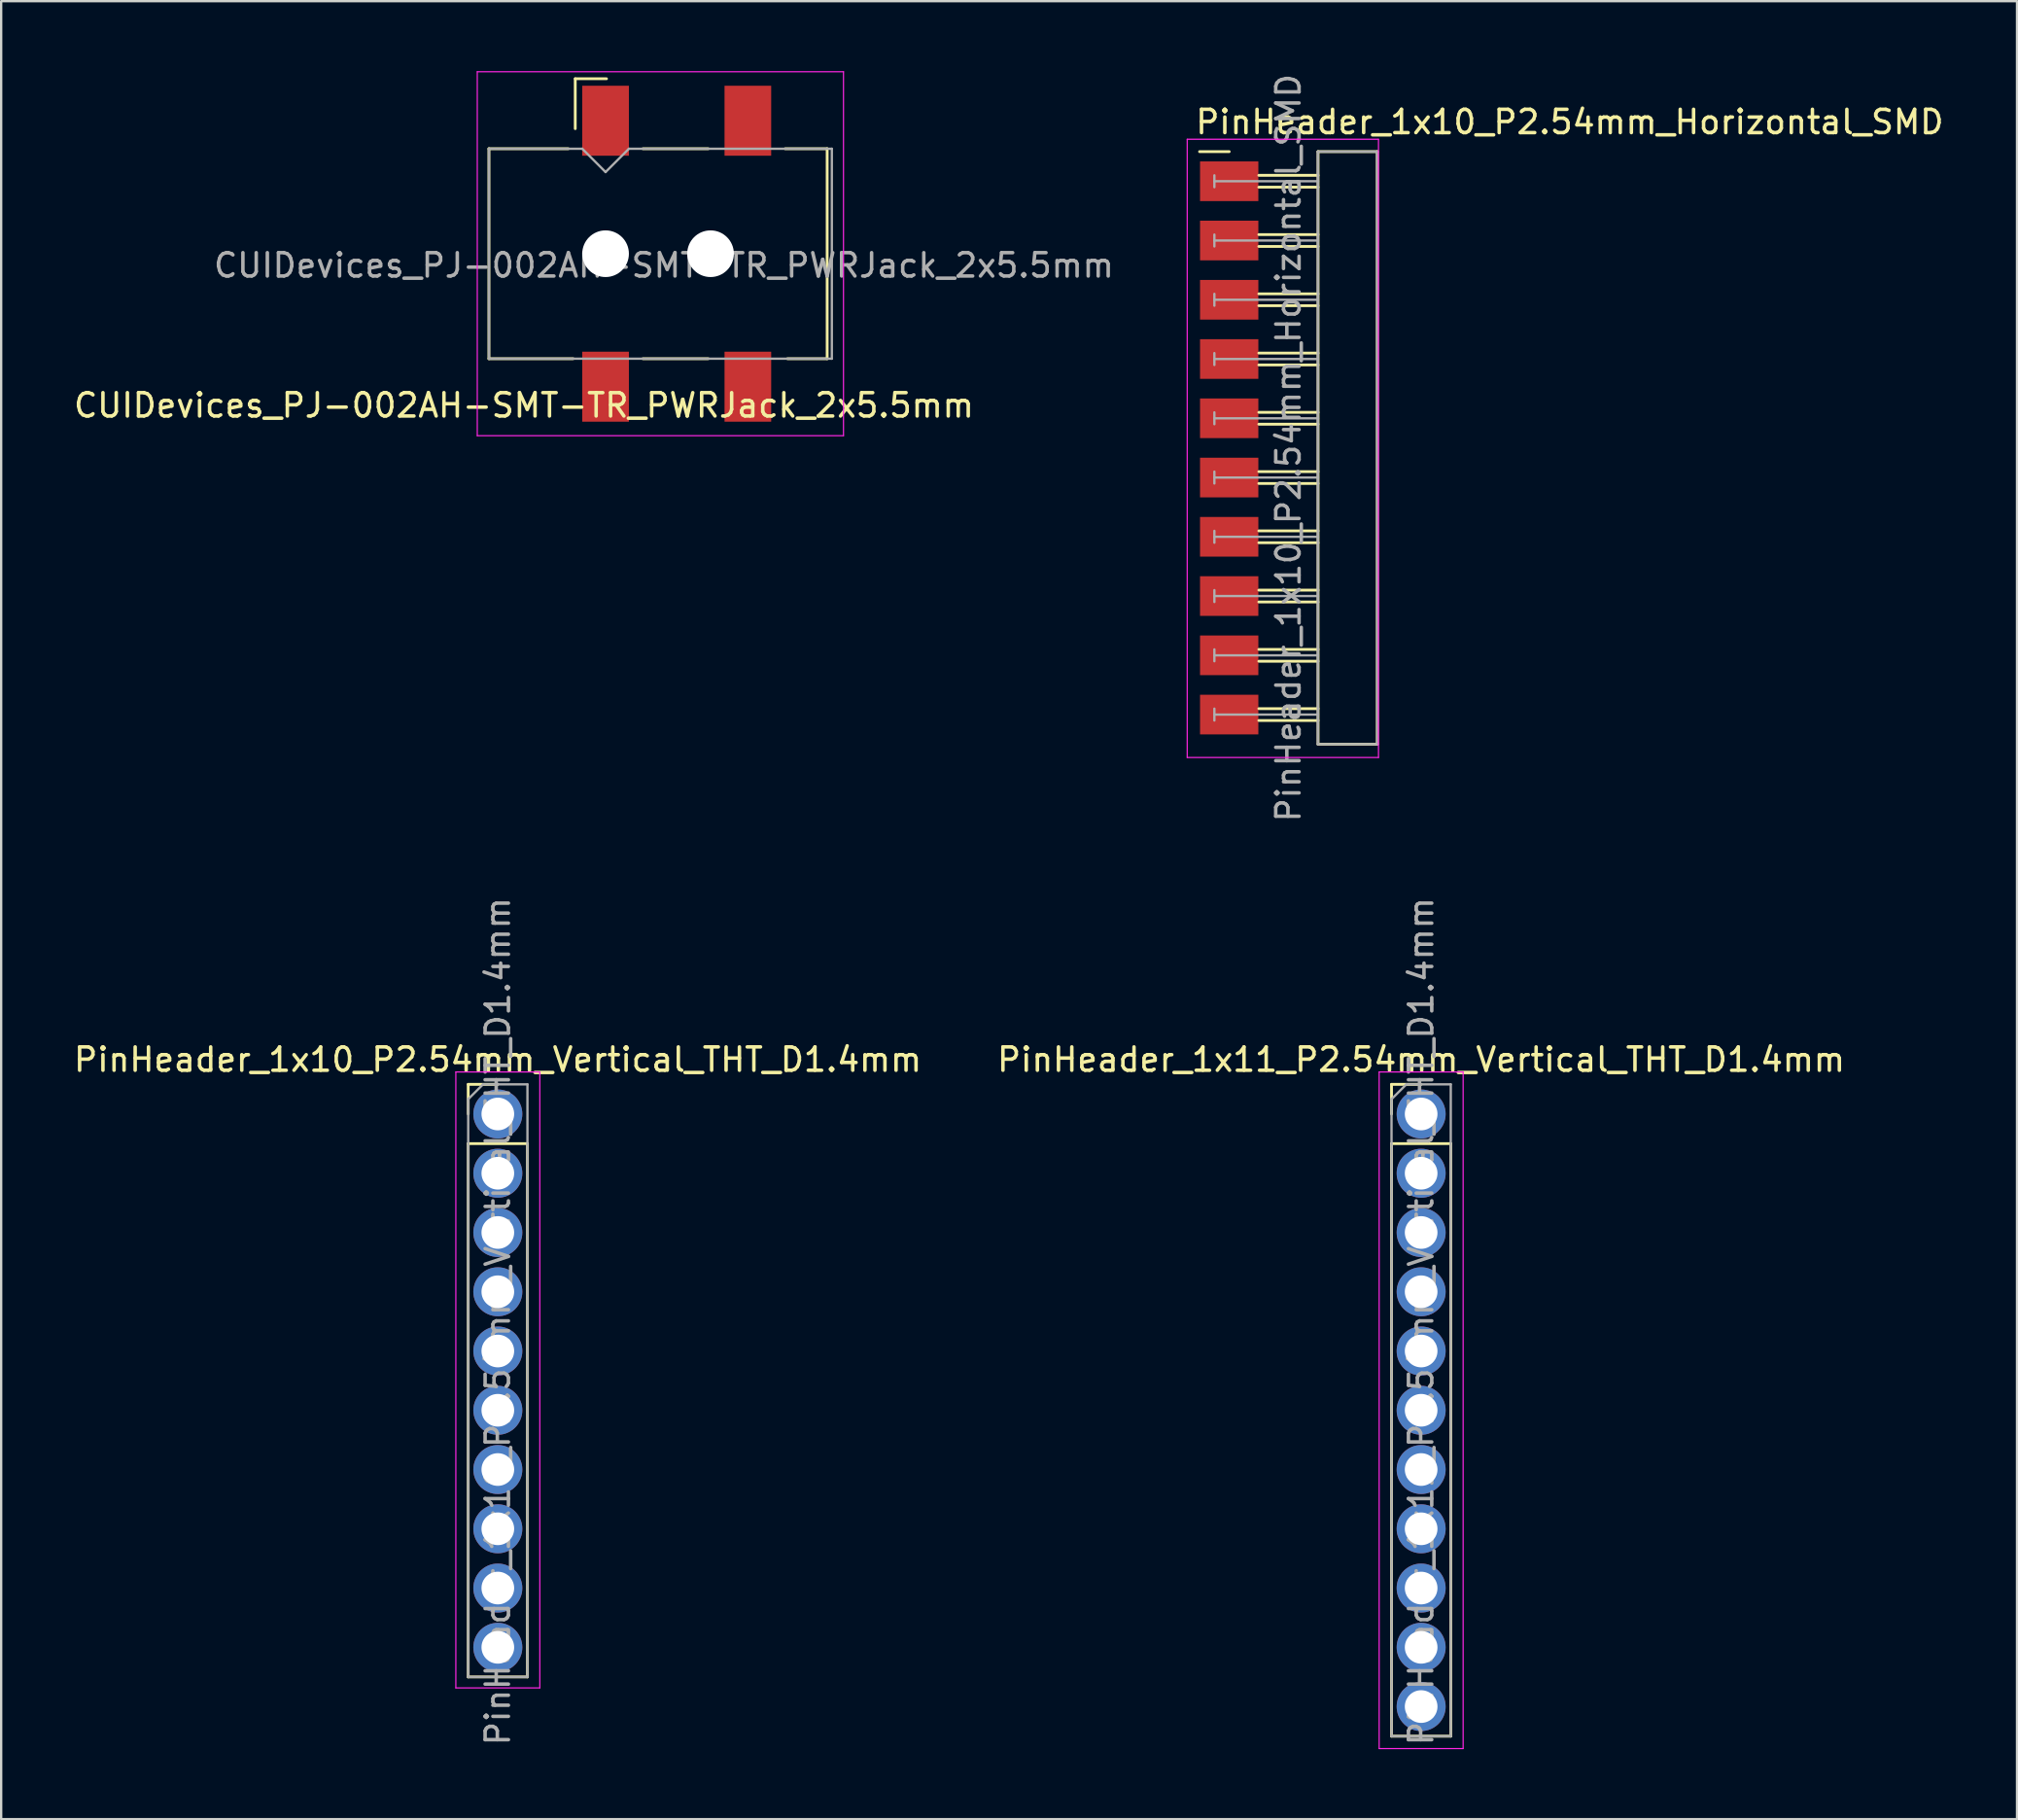
<source format=kicad_pcb>
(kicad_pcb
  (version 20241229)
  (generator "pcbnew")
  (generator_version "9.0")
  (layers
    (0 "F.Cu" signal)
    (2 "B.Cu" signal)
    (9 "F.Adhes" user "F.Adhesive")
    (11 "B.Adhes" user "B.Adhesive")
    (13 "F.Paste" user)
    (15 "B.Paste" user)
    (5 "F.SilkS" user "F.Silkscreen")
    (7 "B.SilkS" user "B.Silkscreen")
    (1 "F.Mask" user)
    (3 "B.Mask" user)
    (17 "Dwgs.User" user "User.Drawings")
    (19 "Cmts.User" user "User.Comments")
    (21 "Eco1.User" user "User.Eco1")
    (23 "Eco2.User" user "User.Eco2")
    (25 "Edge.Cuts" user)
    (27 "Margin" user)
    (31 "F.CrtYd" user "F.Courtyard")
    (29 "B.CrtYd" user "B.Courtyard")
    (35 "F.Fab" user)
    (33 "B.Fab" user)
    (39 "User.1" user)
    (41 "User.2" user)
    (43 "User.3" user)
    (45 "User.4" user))
  (footprint "PinHeader_1x11_P2.54mm_Vertical_THT_D1.4mm"
    (layer "F.Cu")
    (at 57.875 44.699)
    (property "Reference" "PinHeader_1x11_P2.54mm_Vertical_THT_D1.4mm" (at 0 -2.33 0) (layer "F.SilkS") (effects (font (size 1 1) (thickness 0.15))))
    (attr through_hole)
    (fp_line (start -1.27 -1.27) (end 0 -1.27) (stroke (width 0.12) (type solid)) (layer "F.SilkS"))
    (fp_line (start -1.27 0) (end -1.27 -1.27) (stroke (width 0.12) (type solid)) (layer "F.SilkS"))
    (fp_line (start -1.27 1.27) (end -1.27 26.67) (stroke (width 0.12) (type solid)) (layer "F.SilkS"))
    (fp_line (start -1.27 1.27) (end 1.27 1.27) (stroke (width 0.12) (type solid)) (layer "F.SilkS"))
    (fp_line (start -1.27 26.67) (end 1.27 26.67) (stroke (width 0.12) (type solid)) (layer "F.SilkS"))
    (fp_line (start 1.27 1.27) (end 1.27 26.67) (stroke (width 0.12) (type solid)) (layer "F.SilkS"))
    (fp_line (start -1.8 -1.8) (end -1.8 27.2) (stroke (width 0.05) (type solid)) (layer "F.CrtYd"))
    (fp_line (start -1.8 27.2) (end 1.8 27.2) (stroke (width 0.05) (type solid)) (layer "F.CrtYd"))
    (fp_line (start 1.8 -1.8) (end -1.8 -1.8) (stroke (width 0.05) (type solid)) (layer "F.CrtYd"))
    (fp_line (start 1.8 27.2) (end 1.8 -1.8) (stroke (width 0.05) (type solid)) (layer "F.CrtYd"))
    (fp_line (start -1.27 -0.635) (end -0.635 -1.27) (stroke (width 0.1) (type solid)) (layer "F.Fab"))
    (fp_line (start -1.27 26.67) (end -1.27 -0.635) (stroke (width 0.1) (type solid)) (layer "F.Fab"))
    (fp_line (start -0.635 -1.27) (end 1.27 -1.27) (stroke (width 0.1) (type solid)) (layer "F.Fab"))
    (fp_line (start 1.27 -1.27) (end 1.27 26.67) (stroke (width 0.1) (type solid)) (layer "F.Fab"))
    (fp_line (start 1.27 26.67) (end -1.27 26.67) (stroke (width 0.1) (type solid)) (layer "F.Fab"))
    (fp_text user "${REFERENCE}" (at 0 8.89 90) (layer "F.Fab") (effects (font (size 1 1) (thickness 0.15))))
    (pad "1" thru_hole circle (at 0 0) (size 2.1 2.1) (drill 1.4) (layers "*.Cu" "*.Mask"))
    (pad "2" thru_hole circle (at 0 2.54) (size 2.1 2.1) (drill 1.4) (layers "*.Cu" "*.Mask"))
    (pad "3" thru_hole circle (at 0 5.08) (size 2.1 2.1) (drill 1.4) (layers "*.Cu" "*.Mask"))
    (pad "4" thru_hole circle (at 0 7.62) (size 2.1 2.1) (drill 1.4) (layers "*.Cu" "*.Mask"))
    (pad "5" thru_hole circle (at 0 10.16) (size 2.1 2.1) (drill 1.4) (layers "*.Cu" "*.Mask"))
    (pad "6" thru_hole circle (at 0 12.7) (size 2.1 2.1) (drill 1.4) (layers "*.Cu" "*.Mask"))
    (pad "7" thru_hole circle (at 0 15.24) (size 2.1 2.1) (drill 1.4) (layers "*.Cu" "*.Mask"))
    (pad "8" thru_hole circle (at 0 17.78) (size 2.1 2.1) (drill 1.4) (layers "*.Cu" "*.Mask"))
    (pad "9" thru_hole circle (at 0 20.32) (size 2.1 2.1) (drill 1.4) (layers "*.Cu" "*.Mask"))
    (pad "10" thru_hole circle (at 0 22.86) (size 2.1 2.1) (drill 1.4) (layers "*.Cu" "*.Mask"))
    (pad "11" thru_hole circle (at 0 25.4) (size 2.1 2.1) (drill 1.4) (layers "*.Cu" "*.Mask")))
  (footprint "PinHeader_1x10_P2.54mm_Vertical_THT_D1.4mm"
    (layer "F.Cu")
    (at 18.292 44.699)
    (property "Reference" "PinHeader_1x10_P2.54mm_Vertical_THT_D1.4mm" (at 0 -2.33 0) (layer "F.SilkS") (effects (font (size 1 1) (thickness 0.15))))
    (attr through_hole)
    (fp_line (start -1.27 -1.27) (end 0 -1.27) (stroke (width 0.12) (type solid)) (layer "F.SilkS"))
    (fp_line (start -1.27 0) (end -1.27 -1.27) (stroke (width 0.12) (type solid)) (layer "F.SilkS"))
    (fp_line (start -1.27 1.27) (end -1.27 24.13) (stroke (width 0.12) (type solid)) (layer "F.SilkS"))
    (fp_line (start -1.27 1.27) (end 1.27 1.27) (stroke (width 0.12) (type solid)) (layer "F.SilkS"))
    (fp_line (start -1.27 24.13) (end 1.27 24.13) (stroke (width 0.12) (type solid)) (layer "F.SilkS"))
    (fp_line (start 1.27 1.27) (end 1.27 24.13) (stroke (width 0.12) (type solid)) (layer "F.SilkS"))
    (fp_line (start -1.8 -1.8) (end -1.8 24.6) (stroke (width 0.05) (type solid)) (layer "F.CrtYd"))
    (fp_line (start -1.8 24.6) (end 1.8 24.6) (stroke (width 0.05) (type solid)) (layer "F.CrtYd"))
    (fp_line (start 1.8 -1.8) (end -1.8 -1.8) (stroke (width 0.05) (type solid)) (layer "F.CrtYd"))
    (fp_line (start 1.8 24.6) (end 1.8 -1.8) (stroke (width 0.05) (type solid)) (layer "F.CrtYd"))
    (fp_line (start -1.27 -0.635) (end -0.635 -1.27) (stroke (width 0.1) (type solid)) (layer "F.Fab"))
    (fp_line (start -1.27 24.13) (end -1.27 -0.635) (stroke (width 0.1) (type solid)) (layer "F.Fab"))
    (fp_line (start -0.635 -1.27) (end 1.27 -1.27) (stroke (width 0.1) (type solid)) (layer "F.Fab"))
    (fp_line (start 1.27 -1.27) (end 1.27 24.13) (stroke (width 0.1) (type solid)) (layer "F.Fab"))
    (fp_line (start 1.27 24.13) (end -1.27 24.13) (stroke (width 0.1) (type solid)) (layer "F.Fab"))
    (fp_text user "${REFERENCE}" (at 0 8.89 90) (layer "F.Fab") (effects (font (size 1 1) (thickness 0.15))))
    (pad "1" thru_hole circle (at 0 0) (size 2.1 2.1) (drill 1.4) (layers "*.Cu" "*.Mask"))
    (pad "2" thru_hole circle (at 0 2.54) (size 2.1 2.1) (drill 1.4) (layers "*.Cu" "*.Mask"))
    (pad "3" thru_hole circle (at 0 5.08) (size 2.1 2.1) (drill 1.4) (layers "*.Cu" "*.Mask"))
    (pad "4" thru_hole circle (at 0 7.62) (size 2.1 2.1) (drill 1.4) (layers "*.Cu" "*.Mask"))
    (pad "5" thru_hole circle (at 0 10.16) (size 2.1 2.1) (drill 1.4) (layers "*.Cu" "*.Mask"))
    (pad "6" thru_hole circle (at 0 12.7) (size 2.1 2.1) (drill 1.4) (layers "*.Cu" "*.Mask"))
    (pad "7" thru_hole circle (at 0 15.24) (size 2.1 2.1) (drill 1.4) (layers "*.Cu" "*.Mask"))
    (pad "8" thru_hole circle (at 0 17.78) (size 2.1 2.1) (drill 1.4) (layers "*.Cu" "*.Mask"))
    (pad "9" thru_hole circle (at 0 20.32) (size 2.1 2.1) (drill 1.4) (layers "*.Cu" "*.Mask"))
    (pad "10" thru_hole circle (at 0 22.86) (size 2.1 2.1) (drill 1.4) (layers "*.Cu" "*.Mask")))
  (footprint "CUIDevices_PJ-002AH-SMT-TR_PWRJack_2x5.5mm"
    (layer "F.Cu")
    (at 25.911 7.825)
    (property "Reference" "CUIDevices_PJ-002AH-SMT-TR_PWRJack_2x5.5mm" (at -6.5 6.5 180) (layer "F.SilkS") (effects (font (size 1 1) (thickness 0.15))))
    (attr smd)
    (fp_line (start -8 -4.5) (end -4.6 -4.5) (stroke (width 0.12) (type solid)) (layer "F.SilkS"))
    (fp_line (start -8 4.5) (end -8 -4.5) (stroke (width 0.12) (type solid)) (layer "F.SilkS"))
    (fp_line (start -8 4.5) (end -4.39 4.5) (stroke (width 0.12) (type solid)) (layer "F.SilkS"))
    (fp_line (start -4.3 -7.5) (end -4.3 -5.36) (stroke (width 0.12) (type solid)) (layer "F.SilkS"))
    (fp_line (start -2.96 -7.5) (end -4.3 -7.5) (stroke (width 0.12) (type solid)) (layer "F.SilkS"))
    (fp_line (start -1.4 -4.5) (end 1.4 -4.5) (stroke (width 0.12) (type solid)) (layer "F.SilkS"))
    (fp_line (start -1.4 4.5) (end 1.4 4.5) (stroke (width 0.12) (type solid)) (layer "F.SilkS"))
    (fp_line (start 4.7 -4.5) (end 6.5 -4.5) (stroke (width 0.12) (type solid)) (layer "F.SilkS"))
    (fp_line (start 6.5 -4.5) (end 6.5 4.5) (stroke (width 0.12) (type solid)) (layer "F.SilkS"))
    (fp_line (start 6.5 4.5) (end 4.8 4.5) (stroke (width 0.12) (type solid)) (layer "F.SilkS"))
    (fp_line (start -8.5 -7.8) (end 7.2 -7.8) (stroke (width 0.05) (type solid)) (layer "F.CrtYd"))
    (fp_line (start -8.5 7.8) (end -8.5 -7.8) (stroke (width 0.05) (type solid)) (layer "F.CrtYd"))
    (fp_line (start -8.5 7.8) (end 7.2 7.8) (stroke (width 0.05) (type solid)) (layer "F.CrtYd"))
    (fp_line (start 7.2 7.8) (end 7.2 -7.8) (stroke (width 0.05) (type solid)) (layer "F.CrtYd"))
    (fp_line (start -8 -4.5) (end -4 -4.5) (stroke (width 0.1) (type solid)) (layer "F.Fab"))
    (fp_line (start -8 4.5) (end -8 -4.5) (stroke (width 0.1) (type solid)) (layer "F.Fab"))
    (fp_line (start -8 4.5) (end 6.7 4.5) (stroke (width 0.1) (type solid)) (layer "F.Fab"))
    (fp_line (start -4 -4.5) (end -3 -3.5) (stroke (width 0.1) (type solid)) (layer "F.Fab"))
    (fp_line (start -3 -3.5) (end -2 -4.5) (stroke (width 0.1) (type solid)) (layer "F.Fab"))
    (fp_line (start -2 -4.5) (end 6.7 -4.5) (stroke (width 0.1) (type solid)) (layer "F.Fab"))
    (fp_line (start 6.7 4.5) (end 6.7 -4.5) (stroke (width 0.1) (type solid)) (layer "F.Fab"))
    (fp_text user "${REFERENCE}" (at -0.5 0.5 180) (layer "F.Fab") (effects (font (size 1 1) (thickness 0.15))))
    (pad "" np_thru_hole circle (at -3 0 90) (size 2 2) (drill 2) (layers "*.Cu" "*.Mask"))
    (pad "" np_thru_hole circle (at 1.5 0 90) (size 2 2) (drill 2) (layers "*.Cu" "*.Mask"))
    (pad "1" smd rect (at -3 -5.7 90) (size 3 2) (layers "F.Cu" "F.Mask" "F.Paste"))
    (pad "1" smd rect (at 3.1 -5.7 90) (size 3 2) (layers "F.Cu" "F.Mask" "F.Paste"))
    (pad "2" smd rect (at 3.1 5.7 90) (size 3 2) (layers "F.Cu" "F.Mask" "F.Paste"))
    (pad "3" smd rect (at -3 5.7 90) (size 3 2) (layers "F.Cu" "F.Mask" "F.Paste")))
  (footprint "PinHeader_1x10_P2.54mm_Horizontal_SMD"
    (layer "F.Cu")
    (at 49.646 4.719)
    (property "Reference" "PinHeader_1x10_P2.54mm_Horizontal_SMD" (at -1.524 -2.54 180) (layer "F.SilkS") (effects (font (size 1 1) (thickness 0.15)) (justify left)))
    (attr smd)
    (fp_line (start -1.27 -1.27) (end 0 -1.27) (stroke (width 0.12) (type solid)) (layer "F.SilkS"))
    (fp_line (start 3.81 -1.27) (end 6.35 -1.27) (stroke (width 0.12) (type solid)) (layer "F.SilkS"))
    (fp_line (start 3.81 -0.254) (end 1.27 -0.254) (stroke (width 0.12) (type solid)) (layer "F.SilkS"))
    (fp_line (start 3.81 0.254) (end 1.27 0.254) (stroke (width 0.12) (type solid)) (layer "F.SilkS"))
    (fp_line (start 3.81 2.286) (end 1.27 2.286) (stroke (width 0.12) (type solid)) (layer "F.SilkS"))
    (fp_line (start 3.81 2.794) (end 1.27 2.794) (stroke (width 0.12) (type solid)) (layer "F.SilkS"))
    (fp_line (start 3.81 4.826) (end 1.27 4.826) (stroke (width 0.12) (type solid)) (layer "F.SilkS"))
    (fp_line (start 3.81 5.334) (end 1.27 5.334) (stroke (width 0.12) (type solid)) (layer "F.SilkS"))
    (fp_line (start 3.81 7.366) (end 1.27 7.366) (stroke (width 0.12) (type solid)) (layer "F.SilkS"))
    (fp_line (start 3.81 7.874) (end 1.27 7.874) (stroke (width 0.12) (type solid)) (layer "F.SilkS"))
    (fp_line (start 3.81 9.906) (end 1.27 9.906) (stroke (width 0.12) (type solid)) (layer "F.SilkS"))
    (fp_line (start 3.81 10.414) (end 1.27 10.414) (stroke (width 0.12) (type solid)) (layer "F.SilkS"))
    (fp_line (start 3.81 12.446) (end 1.27 12.446) (stroke (width 0.12) (type solid)) (layer "F.SilkS"))
    (fp_line (start 3.81 12.954) (end 1.27 12.954) (stroke (width 0.12) (type solid)) (layer "F.SilkS"))
    (fp_line (start 3.81 14.986) (end 1.27 14.986) (stroke (width 0.12) (type solid)) (layer "F.SilkS"))
    (fp_line (start 3.81 15.494) (end 1.27 15.494) (stroke (width 0.12) (type solid)) (layer "F.SilkS"))
    (fp_line (start 3.81 17.526) (end 1.27 17.526) (stroke (width 0.12) (type solid)) (layer "F.SilkS"))
    (fp_line (start 3.81 18.034) (end 1.27 18.034) (stroke (width 0.12) (type solid)) (layer "F.SilkS"))
    (fp_line (start 3.81 20.066) (end 1.27 20.066) (stroke (width 0.12) (type solid)) (layer "F.SilkS"))
    (fp_line (start 3.81 20.574) (end 1.27 20.574) (stroke (width 0.12) (type solid)) (layer "F.SilkS"))
    (fp_line (start 3.81 22.606) (end 1.27 22.606) (stroke (width 0.12) (type solid)) (layer "F.SilkS"))
    (fp_line (start 3.81 23.114) (end 1.27 23.114) (stroke (width 0.12) (type solid)) (layer "F.SilkS"))
    (fp_line (start 3.81 24.13) (end 3.81 -1.27) (stroke (width 0.12) (type solid)) (layer "F.SilkS"))
    (fp_line (start 6.35 -1.27) (end 6.35 24.13) (stroke (width 0.12) (type solid)) (layer "F.SilkS"))
    (fp_line (start 6.35 24.13) (end 3.81 24.13) (stroke (width 0.12) (type solid)) (layer "F.SilkS"))
    (fp_line (start -1.8 -1.8) (end -1.8 24.7) (stroke (width 0.05) (type solid)) (layer "F.CrtYd"))
    (fp_line (start -1.8 24.7) (end 6.4 24.7) (stroke (width 0.05) (type solid)) (layer "F.CrtYd"))
    (fp_line (start 6.4 -1.8) (end -1.8 -1.8) (stroke (width 0.05) (type solid)) (layer "F.CrtYd"))
    (fp_line (start 6.4 24.7) (end 6.4 -1.8) (stroke (width 0.05) (type solid)) (layer "F.CrtYd"))
    (fp_line (start -0.635 -0.254) (end -0.635 0.254) (stroke (width 0.1) (type solid)) (layer "F.Fab"))
    (fp_line (start -0.635 2.286) (end -0.635 2.794) (stroke (width 0.1) (type solid)) (layer "F.Fab"))
    (fp_line (start -0.635 4.826) (end -0.635 5.334) (stroke (width 0.1) (type solid)) (layer "F.Fab"))
    (fp_line (start -0.635 7.366) (end -0.635 7.874) (stroke (width 0.1) (type solid)) (layer "F.Fab"))
    (fp_line (start -0.635 9.906) (end -0.635 10.414) (stroke (width 0.1) (type solid)) (layer "F.Fab"))
    (fp_line (start -0.635 12.446) (end -0.635 12.954) (stroke (width 0.1) (type solid)) (layer "F.Fab"))
    (fp_line (start -0.635 14.986) (end -0.635 15.494) (stroke (width 0.1) (type solid)) (layer "F.Fab"))
    (fp_line (start -0.635 17.526) (end -0.635 18.034) (stroke (width 0.1) (type solid)) (layer "F.Fab"))
    (fp_line (start -0.635 20.066) (end -0.635 20.574) (stroke (width 0.1) (type solid)) (layer "F.Fab"))
    (fp_line (start -0.635 22.606) (end -0.635 23.114) (stroke (width 0.1) (type solid)) (layer "F.Fab"))
    (fp_line (start 3.8 -1.27) (end 6.34 -1.27) (stroke (width 0.1) (type solid)) (layer "F.Fab"))
    (fp_line (start 3.8 24.13) (end 3.8 -1.27) (stroke (width 0.1) (type solid)) (layer "F.Fab"))
    (fp_line (start 3.8 24.13) (end 6.35 24.13) (stroke (width 0.1) (type solid)) (layer "F.Fab"))
    (fp_line (start 3.81 0) (end -0.635 0) (stroke (width 0.1) (type solid)) (layer "F.Fab"))
    (fp_line (start 3.81 2.54) (end -0.635 2.54) (stroke (width 0.1) (type solid)) (layer "F.Fab"))
    (fp_line (start 3.81 5.08) (end -0.635 5.08) (stroke (width 0.1) (type solid)) (layer "F.Fab"))
    (fp_line (start 3.81 7.62) (end -0.635 7.62) (stroke (width 0.1) (type solid)) (layer "F.Fab"))
    (fp_line (start 3.81 10.16) (end -0.635 10.16) (stroke (width 0.1) (type solid)) (layer "F.Fab"))
    (fp_line (start 3.81 12.7) (end -0.635 12.7) (stroke (width 0.1) (type solid)) (layer "F.Fab"))
    (fp_line (start 3.81 15.24) (end -0.635 15.24) (stroke (width 0.1) (type solid)) (layer "F.Fab"))
    (fp_line (start 3.81 17.78) (end -0.635 17.78) (stroke (width 0.1) (type solid)) (layer "F.Fab"))
    (fp_line (start 3.81 20.32) (end -0.635 20.32) (stroke (width 0.1) (type solid)) (layer "F.Fab"))
    (fp_line (start 3.81 22.86) (end -0.635 22.86) (stroke (width 0.1) (type solid)) (layer "F.Fab"))
    (fp_line (start 6.34 -1.27) (end 6.35 24.13) (stroke (width 0.1) (type solid)) (layer "F.Fab"))
    (fp_text user "${REFERENCE}" (at 2.54 11.43 90) (layer "F.Fab") (effects (font (size 1 1) (thickness 0.15))))
    (pad "1" smd rect (at 0 0) (size 2.5 1.7) (layers "F.Cu" "F.Mask" "F.Paste"))
    (pad "2" smd rect (at 0 2.54) (size 2.5 1.7) (layers "F.Cu" "F.Mask" "F.Paste"))
    (pad "3" smd rect (at 0 5.08) (size 2.5 1.7) (layers "F.Cu" "F.Mask" "F.Paste"))
    (pad "4" smd rect (at 0 7.62) (size 2.5 1.7) (layers "F.Cu" "F.Mask" "F.Paste"))
    (pad "5" smd rect (at 0 10.16) (size 2.5 1.7) (layers "F.Cu" "F.Mask" "F.Paste"))
    (pad "6" smd rect (at 0 12.7) (size 2.5 1.7) (layers "F.Cu" "F.Mask" "F.Paste"))
    (pad "7" smd rect (at 0 15.24) (size 2.5 1.7) (layers "F.Cu" "F.Mask" "F.Paste"))
    (pad "8" smd rect (at 0 17.78) (size 2.5 1.7) (layers "F.Cu" "F.Mask" "F.Paste"))
    (pad "9" smd rect (at 0 20.32) (size 2.5 1.7) (layers "F.Cu" "F.Mask" "F.Paste"))
    (pad "10" smd rect (at 0 22.86) (size 2.5 1.7) (layers "F.Cu" "F.Mask" "F.Paste")))
  (gr_rect
    (start -3 -3)
    (end 83.42 74.924)
    (stroke (width 0.1) (type default))
    (fill no)
    (layer "Edge.Cuts")))
</source>
